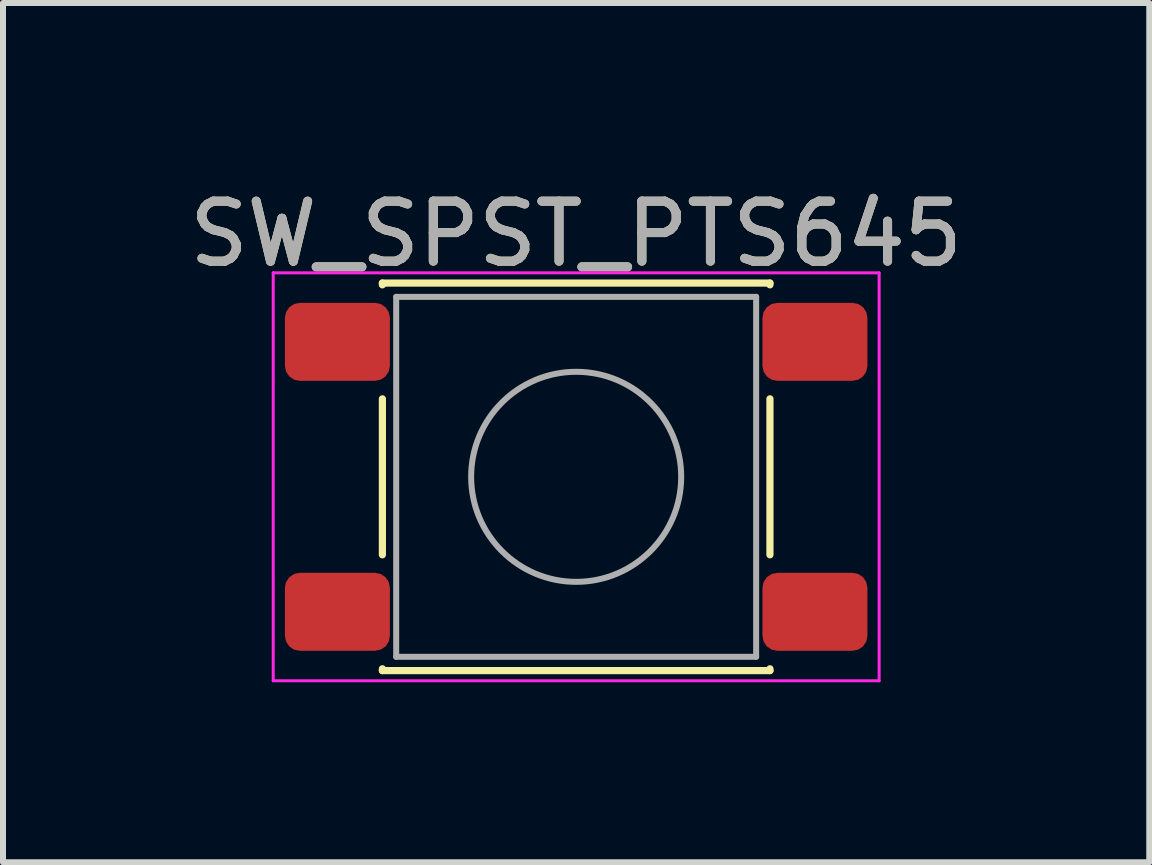
<source format=kicad_pcb>
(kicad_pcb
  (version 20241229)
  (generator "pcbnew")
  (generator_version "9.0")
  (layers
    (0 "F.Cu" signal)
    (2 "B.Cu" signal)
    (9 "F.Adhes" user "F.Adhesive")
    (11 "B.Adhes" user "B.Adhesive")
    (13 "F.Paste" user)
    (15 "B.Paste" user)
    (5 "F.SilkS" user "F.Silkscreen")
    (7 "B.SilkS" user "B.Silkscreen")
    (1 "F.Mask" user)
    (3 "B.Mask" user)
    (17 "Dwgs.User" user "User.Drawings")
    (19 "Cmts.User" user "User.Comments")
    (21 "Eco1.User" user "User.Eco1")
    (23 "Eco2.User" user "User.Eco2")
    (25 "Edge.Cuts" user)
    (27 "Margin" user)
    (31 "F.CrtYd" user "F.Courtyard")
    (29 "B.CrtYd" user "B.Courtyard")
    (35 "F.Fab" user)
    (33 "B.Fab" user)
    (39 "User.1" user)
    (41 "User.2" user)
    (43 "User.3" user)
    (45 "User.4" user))
  (footprint "SW_SPST_PTS645"
    (layer "F.Cu")
    (at 6.554 4.898)
    (property "Reference" "SW_SPST_PTS645" (at 0 -4.05 0) (layer "F.SilkS") (effects (font (size 1 1) (thickness 0.15))))
    (attr smd)
    (fp_line (start -3.23 -3.23) (end 3.23 -3.23) (stroke (width 0.12) (type solid)) (layer "F.SilkS"))
    (fp_line (start -3.23 -3.2) (end -3.23 -3.23) (stroke (width 0.12) (type solid)) (layer "F.SilkS"))
    (fp_line (start -3.23 -1.3) (end -3.23 1.3) (stroke (width 0.12) (type solid)) (layer "F.SilkS"))
    (fp_line (start -3.23 3.23) (end -3.23 3.2) (stroke (width 0.12) (type solid)) (layer "F.SilkS"))
    (fp_line (start -3.23 3.23) (end 3.23 3.23) (stroke (width 0.12) (type solid)) (layer "F.SilkS"))
    (fp_line (start 3.23 -3.23) (end 3.23 -3.2) (stroke (width 0.12) (type solid)) (layer "F.SilkS"))
    (fp_line (start 3.23 -1.3) (end 3.23 1.3) (stroke (width 0.12) (type solid)) (layer "F.SilkS"))
    (fp_line (start 3.23 3.23) (end 3.23 3.2) (stroke (width 0.12) (type solid)) (layer "F.SilkS"))
    (fp_line (start -5.05 -3.4) (end -5.05 3.4) (stroke (width 0.05) (type solid)) (layer "F.CrtYd"))
    (fp_line (start -5.05 -3.4) (end 5.05 -3.4) (stroke (width 0.05) (type solid)) (layer "F.CrtYd"))
    (fp_line (start -5.05 3.4) (end 5.05 3.4) (stroke (width 0.05) (type solid)) (layer "F.CrtYd"))
    (fp_line (start 5.05 3.4) (end 5.05 -3.4) (stroke (width 0.05) (type solid)) (layer "F.CrtYd"))
    (fp_line (start -3 -3) (end -3 3) (stroke (width 0.1) (type solid)) (layer "F.Fab"))
    (fp_line (start -3 3) (end 3 3) (stroke (width 0.1) (type solid)) (layer "F.Fab"))
    (fp_line (start 3 -3) (end -3 -3) (stroke (width 0.1) (type solid)) (layer "F.Fab"))
    (fp_line (start 3 3) (end 3 -3) (stroke (width 0.1) (type solid)) (layer "F.Fab"))
    (fp_circle (center 0 0) (end 1.75 -0.05) (stroke (width 0.1) (type solid)) (fill no) (layer "F.Fab"))
    (fp_text user "${REFERENCE}" (at 0 -4.05 0) (layer "F.Fab") (effects (font (size 1 1) (thickness 0.15))))
    (pad "1" smd roundrect (at -3.98 -2.25) (size 1.75 1.3) (layers "F.Cu" "F.Mask" "F.Paste") (roundrect_rratio 0.192))
    (pad "1" smd roundrect (at 3.98 -2.25) (size 1.75 1.3) (layers "F.Cu" "F.Mask" "F.Paste") (roundrect_rratio 0.192))
    (pad "2" smd roundrect (at -3.98 2.25) (size 1.75 1.3) (layers "F.Cu" "F.Mask" "F.Paste") (roundrect_rratio 0.192))
    (pad "2" smd roundrect (at 3.98 2.25) (size 1.75 1.3) (layers "F.Cu" "F.Mask" "F.Paste") (roundrect_rratio 0.192)))
  (gr_rect
    (start -3 -3)
    (end 16.107 11.323)
    (stroke (width 0.1) (type default))
    (fill no)
    (layer "Edge.Cuts")))
</source>
